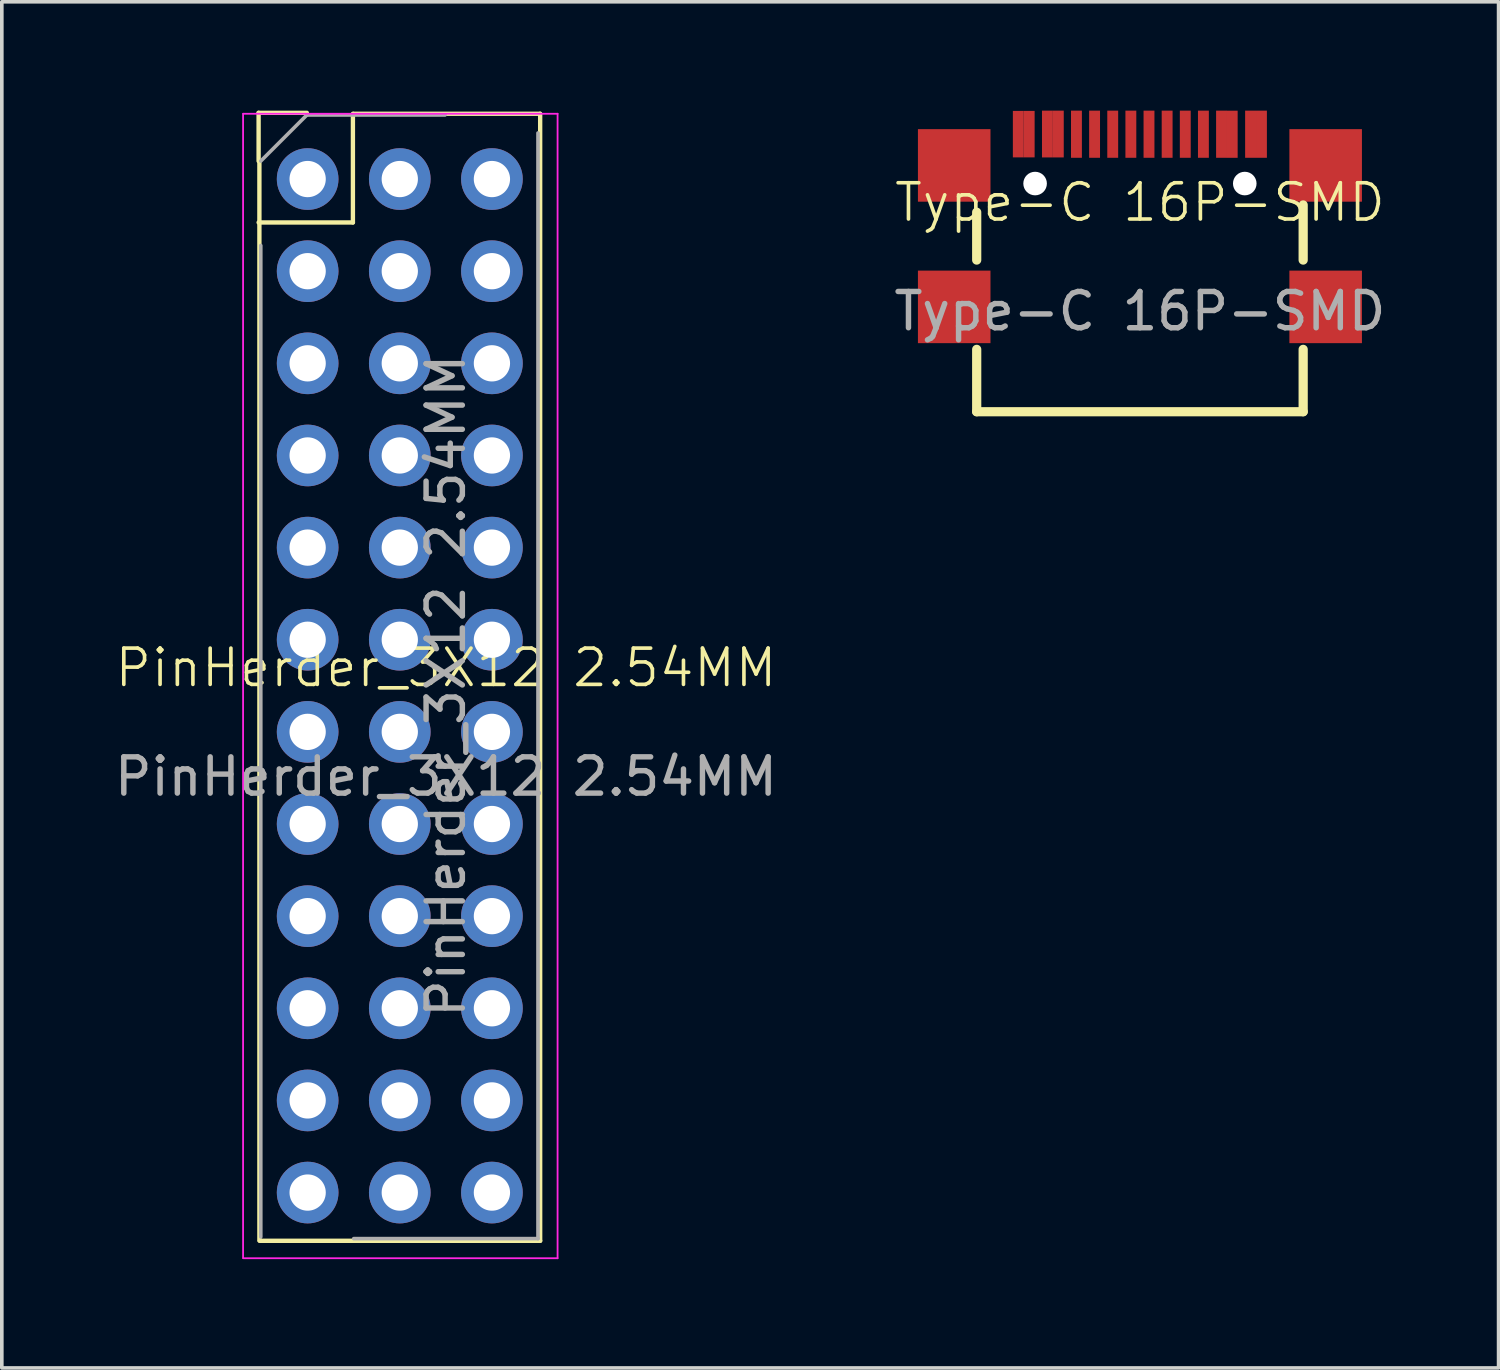
<source format=kicad_pcb>
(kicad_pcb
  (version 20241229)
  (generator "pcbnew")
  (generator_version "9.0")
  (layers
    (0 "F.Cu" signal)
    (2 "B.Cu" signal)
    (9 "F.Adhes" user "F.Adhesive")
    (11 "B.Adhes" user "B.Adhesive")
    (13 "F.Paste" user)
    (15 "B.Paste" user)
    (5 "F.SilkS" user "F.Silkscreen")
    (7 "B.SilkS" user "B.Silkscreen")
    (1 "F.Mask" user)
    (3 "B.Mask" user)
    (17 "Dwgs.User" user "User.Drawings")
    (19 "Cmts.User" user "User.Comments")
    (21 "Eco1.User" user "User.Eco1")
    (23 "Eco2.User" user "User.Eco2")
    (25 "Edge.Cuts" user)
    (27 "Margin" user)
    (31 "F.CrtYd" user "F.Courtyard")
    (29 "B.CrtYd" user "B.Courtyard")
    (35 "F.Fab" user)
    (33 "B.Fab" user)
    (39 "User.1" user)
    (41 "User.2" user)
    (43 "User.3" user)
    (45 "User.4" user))
  (footprint "Type-C 16P-SMD"
    (layer "F.Cu")
    (at 28.375 3.03)
    (property "Reference" "Type-C 16P-SMD" (at 0 -0.5 0) (unlocked yes) (layer "F.SilkS") (effects (font (size 1 1) (thickness 0.1))))
    (attr smd)
    (fp_line (start -4.5 1.089) (end -4.5 -0.23) (stroke (width 0.254) (type default)) (layer "F.SilkS"))
    (fp_line (start -4.5 5.27) (end -4.5 3.551) (stroke (width 0.254) (type default)) (layer "F.SilkS"))
    (fp_line (start -4.5 5.27) (end 4.5 5.27) (stroke (width 0.254) (type default)) (layer "F.SilkS"))
    (fp_line (start 4.5 1.089) (end 4.5 -0.43) (stroke (width 0.254) (type default)) (layer "F.SilkS"))
    (fp_line (start 4.5 5.27) (end 4.5 3.551) (stroke (width 0.254) (type default)) (layer "F.SilkS"))
    (fp_poly (pts (xy -5.675 -2.13) (xy -4.375 -2.13) (xy -4.375 -1.03) (xy -5.675 -1.03)) (stroke (width 0.1) (type default)) (fill no) (layer "User.1"))
    (fp_poly (pts (xy -5.675 1.72) (xy -4.375 1.72) (xy -4.375 2.92) (xy -5.675 2.92)) (stroke (width 0.1) (type default)) (fill no) (layer "User.1"))
    (fp_poly (pts (xy -3.4 -2.37) (xy -3 -2.37) (xy -3 -1.72) (xy -3.4 -1.72)) (stroke (width 0.1) (type default)) (fill no) (layer "User.1"))
    (fp_poly (pts (xy -2.6 -2.37) (xy -2.2 -2.37) (xy -2.2 -1.72) (xy -2.6 -1.72)) (stroke (width 0.1) (type default)) (fill no) (layer "User.1"))
    (fp_poly (pts (xy -1.85 -2.37) (xy -1.65 -2.37) (xy -1.65 -1.72) (xy -1.85 -1.72)) (stroke (width 0.1) (type default)) (fill no) (layer "User.1"))
    (fp_poly (pts (xy -1.35 -2.37) (xy -1.15 -2.37) (xy -1.15 -1.72) (xy -1.35 -1.72)) (stroke (width 0.1) (type default)) (fill no) (layer "User.1"))
    (fp_poly (pts (xy -0.85 -2.37) (xy -0.65 -2.37) (xy -0.65 -1.72) (xy -0.85 -1.72)) (stroke (width 0.1) (type default)) (fill no) (layer "User.1"))
    (fp_poly (pts (xy -0.35 -2.37) (xy -0.15 -2.37) (xy -0.15 -1.72) (xy -0.35 -1.72)) (stroke (width 0.1) (type default)) (fill no) (layer "User.1"))
    (fp_poly (pts (xy 0.15 -2.37) (xy 0.35 -2.37) (xy 0.35 -1.72) (xy 0.15 -1.72)) (stroke (width 0.1) (type default)) (fill no) (layer "User.1"))
    (fp_poly (pts (xy 0.65 -2.37) (xy 0.85 -2.37) (xy 0.85 -1.72) (xy 0.65 -1.72)) (stroke (width 0.1) (type default)) (fill no) (layer "User.1"))
    (fp_poly (pts (xy 1.15 -2.37) (xy 1.35 -2.37) (xy 1.35 -1.72) (xy 1.15 -1.72)) (stroke (width 0.1) (type default)) (fill no) (layer "User.1"))
    (fp_poly (pts (xy 1.65 -2.37) (xy 1.85 -2.37) (xy 1.85 -1.72) (xy 1.65 -1.72)) (stroke (width 0.1) (type default)) (fill no) (layer "User.1"))
    (fp_poly (pts (xy 2.2 -2.37) (xy 2.6 -2.37) (xy 2.6 -1.72) (xy 2.2 -1.72)) (stroke (width 0.1) (type default)) (fill no) (layer "User.1"))
    (fp_poly (pts (xy 3 -2.37) (xy 3.4 -2.37) (xy 3.4 -1.72) (xy 3 -1.72)) (stroke (width 0.1) (type default)) (fill no) (layer "User.1"))
    (fp_poly (pts (xy 4.365 -2.13) (xy 5.665 -2.13) (xy 5.665 -1.03) (xy 4.365 -1.03)) (stroke (width 0.1) (type default)) (fill no) (layer "User.1"))
    (fp_poly (pts (xy 4.365 1.72) (xy 5.665 1.72) (xy 5.665 2.92) (xy 4.365 2.92)) (stroke (width 0.1) (type default)) (fill no) (layer "User.1"))
    (fp_line (start -4.48 -2.12) (end 4.47 -2.12) (stroke (width 0.051) (type default)) (layer "User.2"))
    (fp_line (start -4.47 2.14) (end -4.48 -2.12) (stroke (width 0.051) (type default)) (layer "User.2"))
    (fp_line (start -4.47 5.24) (end -4.47 2.14) (stroke (width 0.051) (type default)) (layer "User.2"))
    (fp_line (start 4.47 -2.12) (end 4.47 5.24) (stroke (width 0.051) (type default)) (layer "User.2"))
    (fp_line (start 4.47 5.24) (end -4.47 5.24) (stroke (width 0.051) (type default)) (layer "User.2"))
    (fp_poly (pts (xy -5.615 -2.37) (xy -5.633 -2.412) (xy -5.675 -2.43) (xy -5.717 -2.412) (xy -5.735 -2.37) (xy -5.717 -2.328) (xy -5.675 -2.31) (xy -5.633 -2.328)) (stroke (width 0.1) (type default)) (fill no) (layer "User.3"))
    (fp_text user "${REFERENCE}" (at 0 2.5 0) (unlocked yes) (layer "F.Fab") (effects (font (size 1 1) (thickness 0.15))))
    (pad "" np_thru_hole circle (at -2.89 -1.02) (size 0.65 0.65) (drill 0.65) (layers "*.Cu" "*.Mask"))
    (pad "" np_thru_hole circle (at 2.89 -1.02) (size 0.65 0.65) (drill 0.65) (layers "*.Cu" "*.Mask"))
    (pad "A1" smd rect (at -3.353 -2.382) (size 0.3 1.281) (layers "F.Cu" "F.Mask" "F.Paste"))
    (pad "A4" smd rect (at -2.55 -2.385) (size 0.3 1.29) (layers "F.Cu" "F.Mask" "F.Paste"))
    (pad "A5" smd rect (at -1.25 -2.38) (size 0.3 1.3) (layers "F.Cu" "F.Mask" "F.Paste"))
    (pad "A6" smd rect (at -0.25 -2.38) (size 0.3 1.3) (layers "F.Cu" "F.Mask" "F.Paste"))
    (pad "A7" smd rect (at 0.25 -2.38) (size 0.3 1.3) (layers "F.Cu" "F.Mask" "F.Paste"))
    (pad "A8" smd rect (at 1.25 -2.38) (size 0.3 1.3) (layers "F.Cu" "F.Mask" "F.Paste"))
    (pad "A9" smd rect (at 2.546 -2.379) (size 0.296 1.299) (layers "F.Cu" "F.Mask" "F.Paste"))
    (pad "A12" smd rect (at 3.35 -2.38) (size 0.3 1.3) (layers "F.Cu" "F.Mask" "F.Paste"))
    (pad "B1" smd rect (at 3.05 -2.38) (size 0.3 1.3) (layers "F.Cu" "F.Mask" "F.Paste"))
    (pad "B4" smd rect (at 2.25 -2.38) (size 0.3 1.3) (layers "F.Cu" "F.Mask" "F.Paste"))
    (pad "B5" smd rect (at 1.75 -2.38) (size 0.3 1.3) (layers "F.Cu" "F.Mask" "F.Paste"))
    (pad "B6" smd rect (at 0.75 -2.38) (size 0.3 1.3) (layers "F.Cu" "F.Mask" "F.Paste"))
    (pad "B7" smd rect (at -0.75 -2.38) (size 0.3 1.3) (layers "F.Cu" "F.Mask" "F.Paste"))
    (pad "B8" smd rect (at -1.75 -2.38) (size 0.3 1.3) (layers "F.Cu" "F.Mask" "F.Paste"))
    (pad "B9" smd rect (at -2.25 -2.385) (size 0.3 1.29) (layers "F.Cu" "F.Mask" "F.Paste"))
    (pad "B12" smd rect (at -3.053 -2.382) (size 0.3 1.281) (layers "F.Cu" "F.Mask" "F.Paste"))
    (pad "S1" smd rect (at -5.12 -1.52) (size 2 2) (layers "F.Cu" "F.Mask" "F.Paste"))
    (pad "S2" smd rect (at -5.12 2.38) (size 2 2) (layers "F.Cu" "F.Mask" "F.Paste"))
    (pad "S3" smd rect (at 5.12 -1.52) (size 2 2) (layers "F.Cu" "F.Mask" "F.Paste"))
    (pad "S4" smd rect (at 5.12 2.38) (size 2 2) (layers "F.Cu" "F.Mask" "F.Paste")))
  (footprint "PinHerder_3X12 2.54MM"
    (layer "F.Cu")
    (at 9.244 15.859)
    (property "Reference" "PinHerder_3X12 2.54MM" (at 0 -0.5 0) (unlocked yes) (layer "F.SilkS") (effects (font (size 1 1) (thickness 0.1))))
    (attr through_hole)
    (fp_line (start -5.165 -15.799) (end -3.835 -15.799) (stroke (width 0.12) (type solid)) (layer "F.SilkS"))
    (fp_line (start -5.165 -14.469) (end -5.165 -15.799) (stroke (width 0.12) (type solid)) (layer "F.SilkS"))
    (fp_line (start -5.165 -12.776) (end -2.565 -12.776) (stroke (width 0.12) (type solid)) (layer "F.SilkS"))
    (fp_line (start -5.143 -14.427) (end -5.143 15.291) (stroke (width 0.12) (type solid)) (layer "F.SilkS"))
    (fp_line (start -5.131 15.297) (end 2.597 15.297) (stroke (width 0.12) (type solid)) (layer "F.SilkS"))
    (fp_line (start -2.565 -12.776) (end -2.565 -15.773) (stroke (width 0.12) (type solid)) (layer "F.SilkS"))
    (fp_line (start -2.54 -15.773) (end 2.591 -15.773) (stroke (width 0.12) (type solid)) (layer "F.SilkS"))
    (fp_line (start 2.597 -15.773) (end 2.597 15.297) (stroke (width 0.12) (type solid)) (layer "F.SilkS"))
    (fp_line (start -5.593 -15.773) (end -5.593 15.773) (stroke (width 0.05) (type solid)) (layer "F.CrtYd"))
    (fp_line (start -5.588 15.777) (end 3.077 15.777) (stroke (width 0.05) (type solid)) (layer "F.CrtYd"))
    (fp_line (start 3.077 -15.773) (end -5.588 -15.773) (stroke (width 0.05) (type solid)) (layer "F.CrtYd"))
    (fp_line (start 3.077 15.777) (end 3.077 -15.773) (stroke (width 0.05) (type solid)) (layer "F.CrtYd"))
    (fp_line (start -5.105 -14.469) (end -3.835 -15.739) (stroke (width 0.1) (type solid)) (layer "F.Fab"))
    (fp_line (start -5.105 15.189) (end -5.105 -12.141) (stroke (width 0.1) (type solid)) (layer "F.Fab"))
    (fp_line (start -3.835 -15.739) (end -0.025 -15.739) (stroke (width 0.1) (type solid)) (layer "F.Fab"))
    (fp_line (start 2.537 -15.243) (end 2.537 15.237) (stroke (width 0.1) (type solid)) (layer "F.Fab"))
    (fp_line (start 2.537 15.237) (end -2.543 15.237) (stroke (width 0.1) (type solid)) (layer "F.Fab"))
    (fp_text user "${REFERENCE}" (at 0 2.5 0) (unlocked yes) (layer "F.Fab") (effects (font (size 1 1) (thickness 0.15))))
    (fp_text user "${REFERENCE}" (at -0.003 -0.003 90) (layer "F.Fab") (effects (font (size 1 1) (thickness 0.15))))
    (pad "1" thru_hole oval (at 1.267 -13.973) (size 1.7 1.7) (drill 1) (layers "*.Cu" "*.Mask"))
    (pad "2" thru_hole oval (at 1.267 -11.433) (size 1.7 1.7) (drill 1) (layers "*.Cu" "*.Mask"))
    (pad "3" thru_hole oval (at 1.267 -8.893) (size 1.7 1.7) (drill 1) (layers "*.Cu" "*.Mask"))
    (pad "4" thru_hole oval (at 1.267 -6.353) (size 1.7 1.7) (drill 1) (layers "*.Cu" "*.Mask"))
    (pad "5" thru_hole oval (at 1.267 -3.813) (size 1.7 1.7) (drill 1) (layers "*.Cu" "*.Mask"))
    (pad "6" thru_hole oval (at 1.267 -1.273) (size 1.7 1.7) (drill 1) (layers "*.Cu" "*.Mask"))
    (pad "7" thru_hole oval (at 1.267 1.267) (size 1.7 1.7) (drill 1) (layers "*.Cu" "*.Mask"))
    (pad "8" thru_hole oval (at 1.267 3.807) (size 1.7 1.7) (drill 1) (layers "*.Cu" "*.Mask"))
    (pad "9" thru_hole oval (at 1.267 6.347) (size 1.7 1.7) (drill 1) (layers "*.Cu" "*.Mask"))
    (pad "10" thru_hole oval (at 1.267 8.887) (size 1.7 1.7) (drill 1) (layers "*.Cu" "*.Mask"))
    (pad "11" thru_hole oval (at 1.267 11.427) (size 1.7 1.7) (drill 1) (layers "*.Cu" "*.Mask"))
    (pad "12" thru_hole oval (at 1.267 13.967) (size 1.7 1.7) (drill 1) (layers "*.Cu" "*.Mask"))
    (pad "G" thru_hole oval (at -3.813 -13.973) (size 1.7 1.7) (drill 1) (layers "*.Cu" "*.Mask"))
    (pad "G" thru_hole oval (at -3.813 -11.433) (size 1.7 1.7) (drill 1) (layers "*.Cu" "*.Mask"))
    (pad "G" thru_hole oval (at -3.813 -8.893) (size 1.7 1.7) (drill 1) (layers "*.Cu" "*.Mask"))
    (pad "G" thru_hole oval (at -3.813 -6.353) (size 1.7 1.7) (drill 1) (layers "*.Cu" "*.Mask"))
    (pad "G" thru_hole oval (at -3.813 -3.813) (size 1.7 1.7) (drill 1) (layers "*.Cu" "*.Mask"))
    (pad "G" thru_hole oval (at -3.813 -1.273) (size 1.7 1.7) (drill 1) (layers "*.Cu" "*.Mask"))
    (pad "G" thru_hole oval (at -3.813 1.267) (size 1.7 1.7) (drill 1) (layers "*.Cu" "*.Mask"))
    (pad "G" thru_hole oval (at -3.813 3.807) (size 1.7 1.7) (drill 1) (layers "*.Cu" "*.Mask"))
    (pad "G" thru_hole oval (at -3.813 6.347) (size 1.7 1.7) (drill 1) (layers "*.Cu" "*.Mask"))
    (pad "G" thru_hole oval (at -3.813 8.887) (size 1.7 1.7) (drill 1) (layers "*.Cu" "*.Mask"))
    (pad "G" thru_hole oval (at -3.813 11.427) (size 1.7 1.7) (drill 1) (layers "*.Cu" "*.Mask"))
    (pad "G" thru_hole oval (at -3.813 13.967) (size 1.7 1.7) (drill 1) (layers "*.Cu" "*.Mask"))
    (pad "V" thru_hole circle (at -1.273 -13.973) (size 1.7 1.7) (drill 1) (layers "*.Cu" "*.Mask"))
    (pad "V" thru_hole oval (at -1.273 -11.433) (size 1.7 1.7) (drill 1) (layers "*.Cu" "*.Mask"))
    (pad "V" thru_hole oval (at -1.273 -8.893) (size 1.7 1.7) (drill 1) (layers "*.Cu" "*.Mask"))
    (pad "V" thru_hole oval (at -1.273 -6.353) (size 1.7 1.7) (drill 1) (layers "*.Cu" "*.Mask"))
    (pad "V" thru_hole oval (at -1.273 -3.813) (size 1.7 1.7) (drill 1) (layers "*.Cu" "*.Mask"))
    (pad "V" thru_hole oval (at -1.273 -1.273) (size 1.7 1.7) (drill 1) (layers "*.Cu" "*.Mask"))
    (pad "V" thru_hole oval (at -1.273 1.267) (size 1.7 1.7) (drill 1) (layers "*.Cu" "*.Mask"))
    (pad "V" thru_hole oval (at -1.273 3.807) (size 1.7 1.7) (drill 1) (layers "*.Cu" "*.Mask"))
    (pad "V" thru_hole oval (at -1.273 6.347) (size 1.7 1.7) (drill 1) (layers "*.Cu" "*.Mask"))
    (pad "V" thru_hole oval (at -1.273 8.887) (size 1.7 1.7) (drill 1) (layers "*.Cu" "*.Mask"))
    (pad "V" thru_hole oval (at -1.273 11.427) (size 1.7 1.7) (drill 1) (layers "*.Cu" "*.Mask"))
    (pad "V" thru_hole oval (at -1.273 13.967) (size 1.7 1.7) (drill 1) (layers "*.Cu" "*.Mask")))
  (gr_rect
    (start -3 -3)
    (end 38.262 34.66)
    (stroke (width 0.1) (type default))
    (fill no)
    (layer "Edge.Cuts")))
</source>
